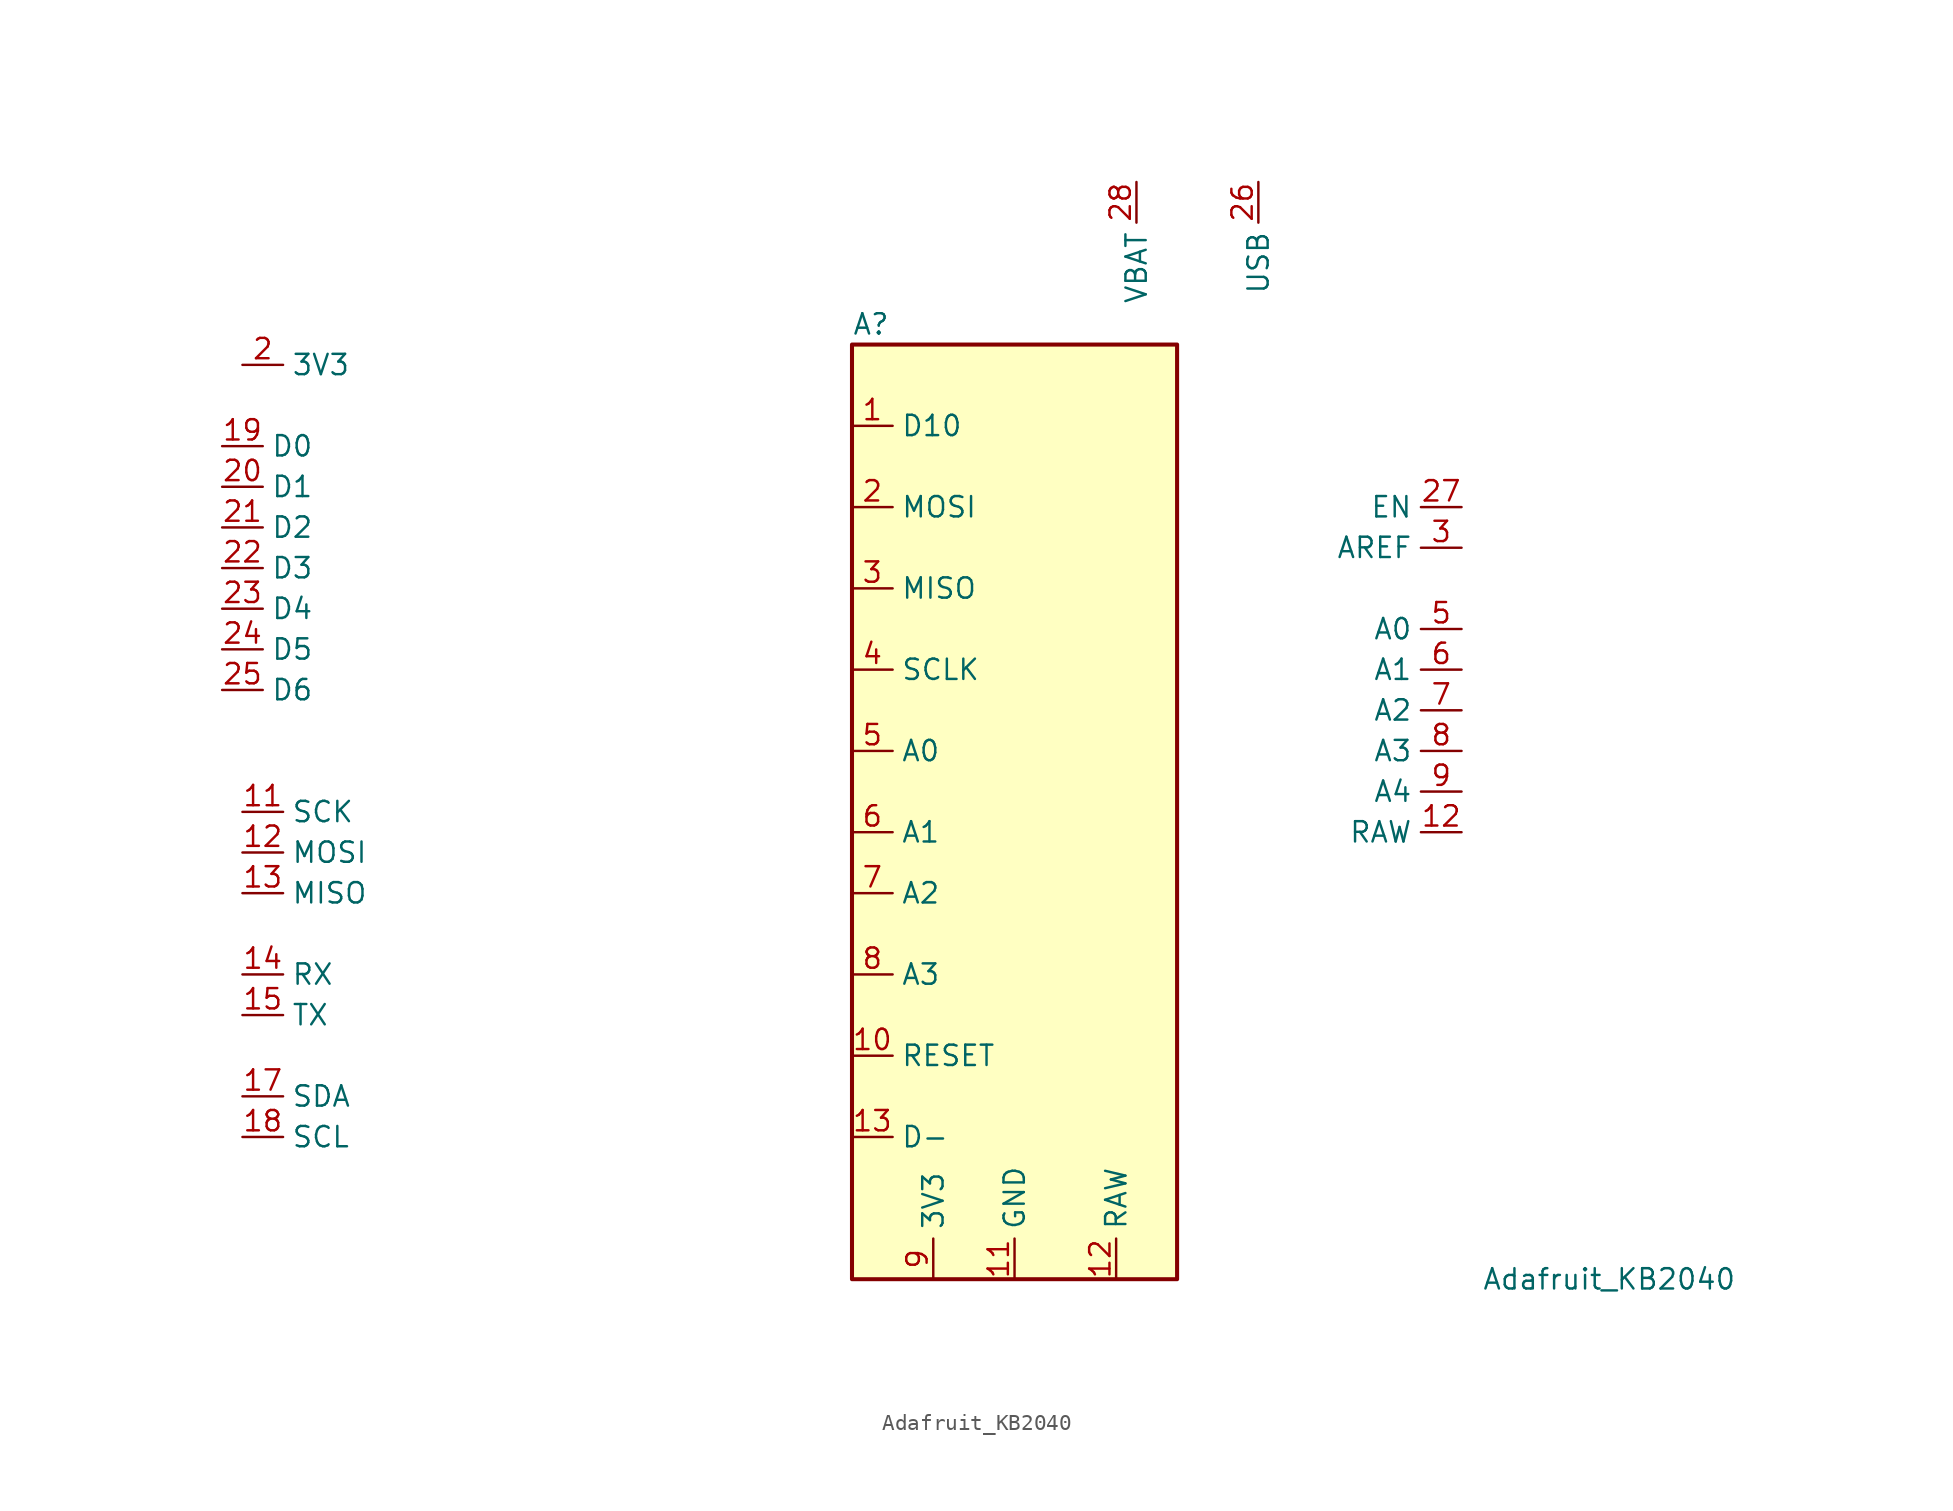
<source format=kicad_sym>
(kicad_symbol_lib
  (version 20231120)
  (generator "kicad_symbol_editor")
  (generator_version "8.0")
  (symbol "Adafruit_KB2040"
    (property "Reference" "A"
      (at -10.16 29.21 0)
      (effects (font (size 1.27 1.27)) (justify left)))
    (property "Value" "Adafruit_KB2040"
      (at 29.21 -30.48 0)
      (effects (font (size 1.27 1.27)) (justify left)))
    (symbol "Adafruit_KB2040_0_1"
      (rectangle (start -10.16 27.94) (end 10.16 -30.48) (stroke (width 0.254) (type default)) (fill (type background))))
    (symbol "Adafruit_KB2040_1_1"
      (pin bidirectional line (at -10.16 22.86 0) (length 2.54) (name "D10" (effects (font (size 1.27 1.27)))) (number "1" (effects (font (size 1.27 1.27)))))
      (pin input line (at -10.16 -16.51 0) (length 2.54) (name "RESET" (effects (font (size 1.27 1.27)))) (number "10" (effects (font (size 1.27 1.27)))))
      (pin power_in line (at 0 -30.48 90) (length 2.54) (name "GND" (effects (font (size 1.27 1.27)))) (number "11" (effects (font (size 1.27 1.27)))))
      (pin bidirectional line (at -48.26 -1.27 0) (length 2.54) (name "SCK" (effects (font (size 1.27 1.27)))) (number "11" (effects (font (size 1.27 1.27)))))
      (pin bidirectional line (at -48.26 -3.81 0) (length 2.54) (name "MOSI" (effects (font (size 1.27 1.27)))) (number "12" (effects (font (size 1.27 1.27)))))
      (pin power_out line (at 6.35 -30.48 90) (length 2.54) (name "RAW" (effects (font (size 1.27 1.27)))) (number "12" (effects (font (size 1.27 1.27)))))
      (pin input line (at 27.94 -2.54 180) (length 2.54) (name "RAW" (effects (font (size 1.27 1.27)))) (number "12" (effects (font (size 1.27 1.27)))))
      (pin bidirectional line (at -10.16 -21.59 0) (length 2.54) (name "D-" (effects (font (size 1.27 1.27)))) (number "13" (effects (font (size 1.27 1.27)))))
      (pin bidirectional line (at -48.26 -6.35 0) (length 2.54) (name "MISO" (effects (font (size 1.27 1.27)))) (number "13" (effects (font (size 1.27 1.27)))))
      (pin bidirectional line (at -48.26 -11.43 0) (length 2.54) (name "RX" (effects (font (size 1.27 1.27)))) (number "14" (effects (font (size 1.27 1.27)))))
      (pin bidirectional line (at -48.26 -13.97 0) (length 2.54) (name "TX" (effects (font (size 1.27 1.27)))) (number "15" (effects (font (size 1.27 1.27)))))
      (pin bidirectional line (at -48.26 -19.05 0) (length 2.54) (name "SDA" (effects (font (size 1.27 1.27)))) (number "17" (effects (font (size 1.27 1.27)))))
      (pin bidirectional line (at -48.26 -21.59 0) (length 2.54) (name "SCL" (effects (font (size 1.27 1.27)))) (number "18" (effects (font (size 1.27 1.27)))))
      (pin bidirectional line (at -49.53 21.59 0) (length 2.54) (name "D0" (effects (font (size 1.27 1.27)))) (number "19" (effects (font (size 1.27 1.27)))))
      (pin power_in line (at -48.26 26.67 0) (length 2.54) (name "3V3" (effects (font (size 1.27 1.27)))) (number "2" (effects (font (size 1.27 1.27)))))
      (pin bidirectional line (at -10.16 17.78 0) (length 2.54) (name "MOSI" (effects (font (size 1.27 1.27)))) (number "2" (effects (font (size 1.27 1.27)))))
      (pin bidirectional line (at -49.53 19.05 0) (length 2.54) (name "D1" (effects (font (size 1.27 1.27)))) (number "20" (effects (font (size 1.27 1.27)))))
      (pin bidirectional line (at -49.53 16.51 0) (length 2.54) (name "D2" (effects (font (size 1.27 1.27)))) (number "21" (effects (font (size 1.27 1.27)))))
      (pin bidirectional line (at -49.53 13.97 0) (length 2.54) (name "D3" (effects (font (size 1.27 1.27)))) (number "22" (effects (font (size 1.27 1.27)))))
      (pin bidirectional line (at -49.53 11.43 0) (length 2.54) (name "D4" (effects (font (size 1.27 1.27)))) (number "23" (effects (font (size 1.27 1.27)))))
      (pin bidirectional line (at -49.53 8.89 0) (length 2.54) (name "D5" (effects (font (size 1.27 1.27)))) (number "24" (effects (font (size 1.27 1.27)))))
      (pin bidirectional line (at -49.53 6.35 0) (length 2.54) (name "D6" (effects (font (size 1.27 1.27)))) (number "25" (effects (font (size 1.27 1.27)))))
      (pin power_in line (at 15.24 38.1 270) (length 2.54) (name "USB" (effects (font (size 1.27 1.27)))) (number "26" (effects (font (size 1.27 1.27)))))
      (pin input line (at 27.94 17.78 180) (length 2.54) (name "EN" (effects (font (size 1.27 1.27)))) (number "27" (effects (font (size 1.27 1.27)))))
      (pin power_in line (at 7.62 38.1 270) (length 2.54) (name "VBAT" (effects (font (size 1.27 1.27)))) (number "28" (effects (font (size 1.27 1.27)))))
      (pin input line (at 27.94 15.24 180) (length 2.54) (name "AREF" (effects (font (size 1.27 1.27)))) (number "3" (effects (font (size 1.27 1.27)))))
      (pin bidirectional line (at -10.16 12.7 0) (length 2.54) (name "MISO" (effects (font (size 1.27 1.27)))) (number "3" (effects (font (size 1.27 1.27)))))
      (pin bidirectional line (at -10.16 7.62 0) (length 2.54) (name "SCLK" (effects (font (size 1.27 1.27)))) (number "4" (effects (font (size 1.27 1.27)))))
      (pin bidirectional line (at -10.16 2.54 0) (length 2.54) (name "A0" (effects (font (size 1.27 1.27)))) (number "5" (effects (font (size 1.27 1.27)))))
      (pin bidirectional line (at 27.94 10.16 180) (length 2.54) (name "A0" (effects (font (size 1.27 1.27)))) (number "5" (effects (font (size 1.27 1.27)))))
      (pin bidirectional line (at -10.16 -2.54 0) (length 2.54) (name "A1" (effects (font (size 1.27 1.27)))) (number "6" (effects (font (size 1.27 1.27)))))
      (pin bidirectional line (at 27.94 7.62 180) (length 2.54) (name "A1" (effects (font (size 1.27 1.27)))) (number "6" (effects (font (size 1.27 1.27)))))
      (pin bidirectional line (at -10.16 -6.35 0) (length 2.54) (name "A2" (effects (font (size 1.27 1.27)))) (number "7" (effects (font (size 1.27 1.27)))))
      (pin bidirectional line (at 27.94 5.08 180) (length 2.54) (name "A2" (effects (font (size 1.27 1.27)))) (number "7" (effects (font (size 1.27 1.27)))))
      (pin bidirectional line (at -10.16 -11.43 0) (length 2.54) (name "A3" (effects (font (size 1.27 1.27)))) (number "8" (effects (font (size 1.27 1.27)))))
      (pin bidirectional line (at 27.94 2.54 180) (length 2.54) (name "A3" (effects (font (size 1.27 1.27)))) (number "8" (effects (font (size 1.27 1.27)))))
      (pin power_in line (at -5.08 -30.48 90) (length 2.54) (name "3V3" (effects (font (size 1.27 1.27)))) (number "9" (effects (font (size 1.27 1.27)))))
      (pin bidirectional line (at 27.94 0 180) (length 2.54) (name "A4" (effects (font (size 1.27 1.27)))) (number "9" (effects (font (size 1.27 1.27))))))))
</source>
